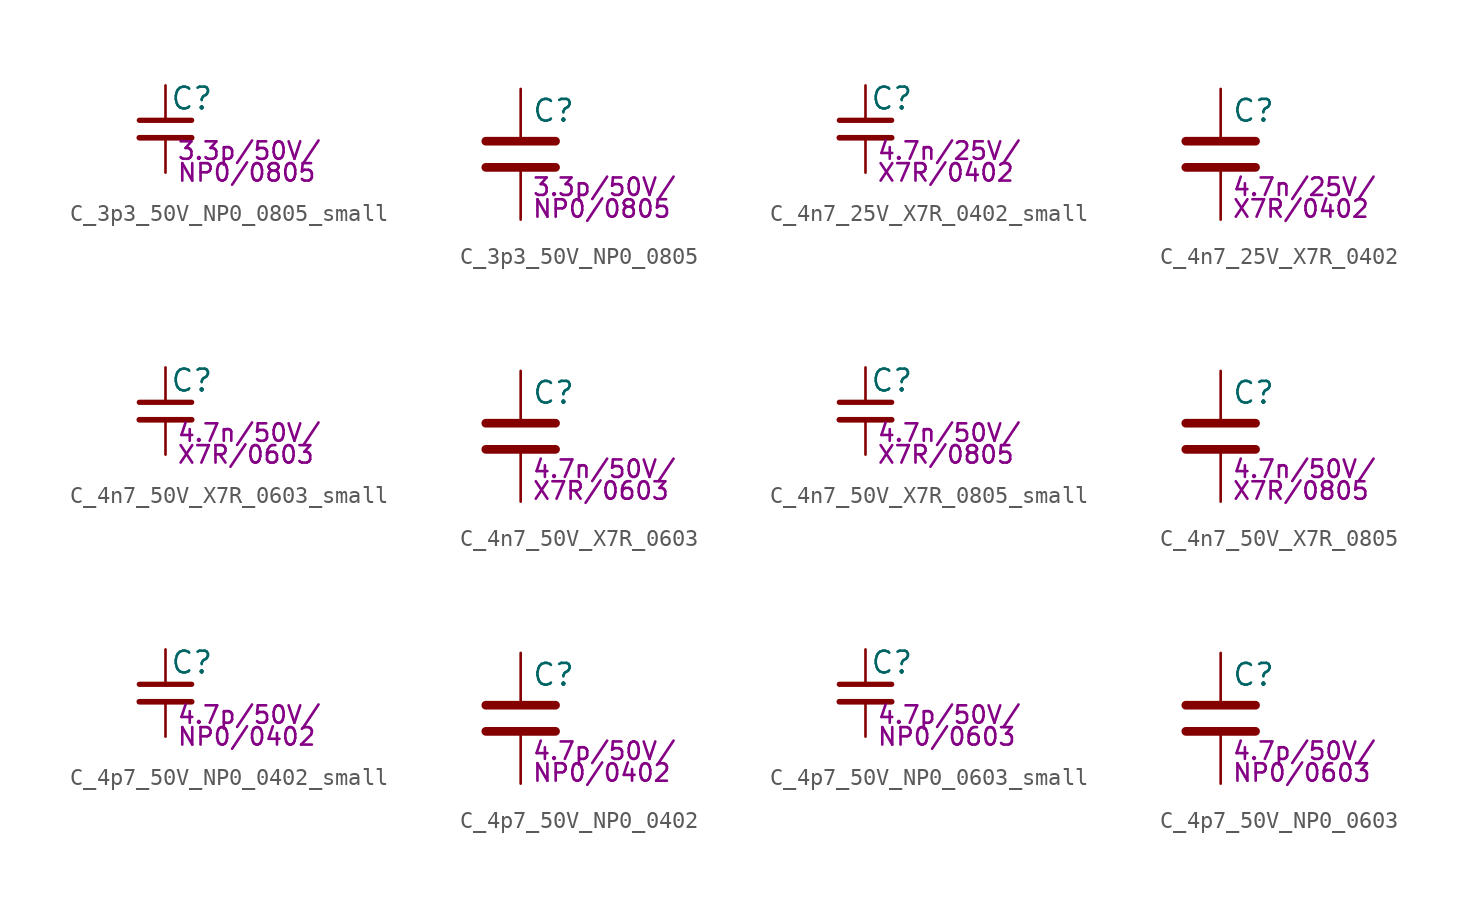
<source format=kicad_sym>
(kicad_symbol_lib
  (version 20211014)
  (generator kicad_symbol_editor)
  (symbol "C_3p3_50V_NP0_0805_small"
    (pin_numbers hide)
    (pin_names
      (offset 0.254) hide)
    (property "Reference" "C"
      (at 0.254 1.778 0)
      (effects (font (size 1.27 1.27)) (justify left)))
    (property "Params" "3.3p/50V/"
      (at 0.635 -1.27 0)
      (effects (font (size 1.016 1.016)) (justify left)))
    (property "Params2" "NP0/0805"
      (at 0.635 -2.54 0)
      (effects (font (size 1.016 1.016)) (justify left)))
    (symbol "C_3p3_50V_NP0_0805_small_0_1"
      (polyline (pts (xy -1.524 -0.508) (xy 1.524 -0.508)) (stroke (width 0.33) (type default) (color 0 0 0 0)) (fill (type none)))
      (polyline (pts (xy -1.524 0.508) (xy 1.524 0.508)) (stroke (width 0.305) (type default) (color 0 0 0 0)) (fill (type none))))
    (symbol "C_3p3_50V_NP0_0805_small_1_1"
      (pin passive line (at 0 2.54 270) (length 2.032) (name "~" (effects (font (size 1.27 1.27)))) (number "1" (effects (font (size 1.27 1.27)))))
      (pin passive line (at 0 -2.54 90) (length 2.032) (name "~" (effects (font (size 1.27 1.27)))) (number "2" (effects (font (size 1.27 1.27)))))))
  (symbol "C_3p3_50V_NP0_0805"
    (pin_numbers hide)
    (pin_names
      (offset 0.254))
    (property "Reference" "C"
      (at 0.635 2.54 0)
      (effects (font (size 1.27 1.27)) (justify left)))
    (property "Params" "3.3p/50V/"
      (at 0.635 -1.905 0)
      (effects (font (size 1.016 1.016)) (justify left)))
    (property "Params2" "NP0/0805"
      (at 0.635 -3.175 0)
      (effects (font (size 1.016 1.016)) (justify left)))
    (symbol "C_3p3_50V_NP0_0805_0_1"
      (polyline (pts (xy -2.032 -0.762) (xy 2.032 -0.762)) (stroke (width 0.508) (type default) (color 0 0 0 0)) (fill (type none)))
      (polyline (pts (xy -2.032 0.762) (xy 2.032 0.762)) (stroke (width 0.508) (type default) (color 0 0 0 0)) (fill (type none))))
    (symbol "C_3p3_50V_NP0_0805_1_1"
      (pin passive line (at 0 3.81 270) (length 2.794) (name "~" (effects (font (size 1.27 1.27)))) (number "1" (effects (font (size 1.27 1.27)))))
      (pin passive line (at 0 -3.81 90) (length 2.794) (name "~" (effects (font (size 1.27 1.27)))) (number "2" (effects (font (size 1.27 1.27)))))))
  (symbol "C_4n7_25V_X7R_0402_small"
    (pin_numbers hide)
    (pin_names
      (offset 0.254) hide)
    (property "Reference" "C"
      (at 0.254 1.778 0)
      (effects (font (size 1.27 1.27)) (justify left)))
    (property "Params" "4.7n/25V/"
      (at 0.635 -1.27 0)
      (effects (font (size 1.016 1.016)) (justify left)))
    (property "Params2" "X7R/0402"
      (at 0.635 -2.54 0)
      (effects (font (size 1.016 1.016)) (justify left)))
    (symbol "C_4n7_25V_X7R_0402_small_0_1"
      (polyline (pts (xy -1.524 -0.508) (xy 1.524 -0.508)) (stroke (width 0.33) (type default) (color 0 0 0 0)) (fill (type none)))
      (polyline (pts (xy -1.524 0.508) (xy 1.524 0.508)) (stroke (width 0.305) (type default) (color 0 0 0 0)) (fill (type none))))
    (symbol "C_4n7_25V_X7R_0402_small_1_1"
      (pin passive line (at 0 2.54 270) (length 2.032) (name "~" (effects (font (size 1.27 1.27)))) (number "1" (effects (font (size 1.27 1.27)))))
      (pin passive line (at 0 -2.54 90) (length 2.032) (name "~" (effects (font (size 1.27 1.27)))) (number "2" (effects (font (size 1.27 1.27)))))))
  (symbol "C_4n7_25V_X7R_0402"
    (pin_numbers hide)
    (pin_names
      (offset 0.254))
    (property "Reference" "C"
      (at 0.635 2.54 0)
      (effects (font (size 1.27 1.27)) (justify left)))
    (property "Params" "4.7n/25V/"
      (at 0.635 -1.905 0)
      (effects (font (size 1.016 1.016)) (justify left)))
    (property "Params2" "X7R/0402"
      (at 0.635 -3.175 0)
      (effects (font (size 1.016 1.016)) (justify left)))
    (symbol "C_4n7_25V_X7R_0402_0_1"
      (polyline (pts (xy -2.032 -0.762) (xy 2.032 -0.762)) (stroke (width 0.508) (type default) (color 0 0 0 0)) (fill (type none)))
      (polyline (pts (xy -2.032 0.762) (xy 2.032 0.762)) (stroke (width 0.508) (type default) (color 0 0 0 0)) (fill (type none))))
    (symbol "C_4n7_25V_X7R_0402_1_1"
      (pin passive line (at 0 3.81 270) (length 2.794) (name "~" (effects (font (size 1.27 1.27)))) (number "1" (effects (font (size 1.27 1.27)))))
      (pin passive line (at 0 -3.81 90) (length 2.794) (name "~" (effects (font (size 1.27 1.27)))) (number "2" (effects (font (size 1.27 1.27)))))))
  (symbol "C_4n7_50V_X7R_0603_small"
    (pin_numbers hide)
    (pin_names
      (offset 0.254) hide)
    (property "Reference" "C"
      (at 0.254 1.778 0)
      (effects (font (size 1.27 1.27)) (justify left)))
    (property "Params" "4.7n/50V/"
      (at 0.635 -1.27 0)
      (effects (font (size 1.016 1.016)) (justify left)))
    (property "Params2" "X7R/0603"
      (at 0.635 -2.54 0)
      (effects (font (size 1.016 1.016)) (justify left)))
    (symbol "C_4n7_50V_X7R_0603_small_0_1"
      (polyline (pts (xy -1.524 -0.508) (xy 1.524 -0.508)) (stroke (width 0.33) (type default) (color 0 0 0 0)) (fill (type none)))
      (polyline (pts (xy -1.524 0.508) (xy 1.524 0.508)) (stroke (width 0.305) (type default) (color 0 0 0 0)) (fill (type none))))
    (symbol "C_4n7_50V_X7R_0603_small_1_1"
      (pin passive line (at 0 2.54 270) (length 2.032) (name "~" (effects (font (size 1.27 1.27)))) (number "1" (effects (font (size 1.27 1.27)))))
      (pin passive line (at 0 -2.54 90) (length 2.032) (name "~" (effects (font (size 1.27 1.27)))) (number "2" (effects (font (size 1.27 1.27)))))))
  (symbol "C_4n7_50V_X7R_0603"
    (pin_numbers hide)
    (pin_names
      (offset 0.254))
    (property "Reference" "C"
      (at 0.635 2.54 0)
      (effects (font (size 1.27 1.27)) (justify left)))
    (property "Params" "4.7n/50V/"
      (at 0.635 -1.905 0)
      (effects (font (size 1.016 1.016)) (justify left)))
    (property "Params2" "X7R/0603"
      (at 0.635 -3.175 0)
      (effects (font (size 1.016 1.016)) (justify left)))
    (symbol "C_4n7_50V_X7R_0603_0_1"
      (polyline (pts (xy -2.032 -0.762) (xy 2.032 -0.762)) (stroke (width 0.508) (type default) (color 0 0 0 0)) (fill (type none)))
      (polyline (pts (xy -2.032 0.762) (xy 2.032 0.762)) (stroke (width 0.508) (type default) (color 0 0 0 0)) (fill (type none))))
    (symbol "C_4n7_50V_X7R_0603_1_1"
      (pin passive line (at 0 3.81 270) (length 2.794) (name "~" (effects (font (size 1.27 1.27)))) (number "1" (effects (font (size 1.27 1.27)))))
      (pin passive line (at 0 -3.81 90) (length 2.794) (name "~" (effects (font (size 1.27 1.27)))) (number "2" (effects (font (size 1.27 1.27)))))))
  (symbol "C_4n7_50V_X7R_0805_small"
    (pin_numbers hide)
    (pin_names
      (offset 0.254) hide)
    (property "Reference" "C"
      (at 0.254 1.778 0)
      (effects (font (size 1.27 1.27)) (justify left)))
    (property "Params" "4.7n/50V/"
      (at 0.635 -1.27 0)
      (effects (font (size 1.016 1.016)) (justify left)))
    (property "Params2" "X7R/0805"
      (at 0.635 -2.54 0)
      (effects (font (size 1.016 1.016)) (justify left)))
    (symbol "C_4n7_50V_X7R_0805_small_0_1"
      (polyline (pts (xy -1.524 -0.508) (xy 1.524 -0.508)) (stroke (width 0.33) (type default) (color 0 0 0 0)) (fill (type none)))
      (polyline (pts (xy -1.524 0.508) (xy 1.524 0.508)) (stroke (width 0.305) (type default) (color 0 0 0 0)) (fill (type none))))
    (symbol "C_4n7_50V_X7R_0805_small_1_1"
      (pin passive line (at 0 2.54 270) (length 2.032) (name "~" (effects (font (size 1.27 1.27)))) (number "1" (effects (font (size 1.27 1.27)))))
      (pin passive line (at 0 -2.54 90) (length 2.032) (name "~" (effects (font (size 1.27 1.27)))) (number "2" (effects (font (size 1.27 1.27)))))))
  (symbol "C_4n7_50V_X7R_0805"
    (pin_numbers hide)
    (pin_names
      (offset 0.254))
    (property "Reference" "C"
      (at 0.635 2.54 0)
      (effects (font (size 1.27 1.27)) (justify left)))
    (property "Params" "4.7n/50V/"
      (at 0.635 -1.905 0)
      (effects (font (size 1.016 1.016)) (justify left)))
    (property "Params2" "X7R/0805"
      (at 0.635 -3.175 0)
      (effects (font (size 1.016 1.016)) (justify left)))
    (symbol "C_4n7_50V_X7R_0805_0_1"
      (polyline (pts (xy -2.032 -0.762) (xy 2.032 -0.762)) (stroke (width 0.508) (type default) (color 0 0 0 0)) (fill (type none)))
      (polyline (pts (xy -2.032 0.762) (xy 2.032 0.762)) (stroke (width 0.508) (type default) (color 0 0 0 0)) (fill (type none))))
    (symbol "C_4n7_50V_X7R_0805_1_1"
      (pin passive line (at 0 3.81 270) (length 2.794) (name "~" (effects (font (size 1.27 1.27)))) (number "1" (effects (font (size 1.27 1.27)))))
      (pin passive line (at 0 -3.81 90) (length 2.794) (name "~" (effects (font (size 1.27 1.27)))) (number "2" (effects (font (size 1.27 1.27)))))))
  (symbol "C_4p7_50V_NP0_0402_small"
    (pin_numbers hide)
    (pin_names
      (offset 0.254) hide)
    (property "Reference" "C"
      (at 0.254 1.778 0)
      (effects (font (size 1.27 1.27)) (justify left)))
    (property "Params" "4.7p/50V/"
      (at 0.635 -1.27 0)
      (effects (font (size 1.016 1.016)) (justify left)))
    (property "Params2" "NP0/0402"
      (at 0.635 -2.54 0)
      (effects (font (size 1.016 1.016)) (justify left)))
    (symbol "C_4p7_50V_NP0_0402_small_0_1"
      (polyline (pts (xy -1.524 -0.508) (xy 1.524 -0.508)) (stroke (width 0.33) (type default) (color 0 0 0 0)) (fill (type none)))
      (polyline (pts (xy -1.524 0.508) (xy 1.524 0.508)) (stroke (width 0.305) (type default) (color 0 0 0 0)) (fill (type none))))
    (symbol "C_4p7_50V_NP0_0402_small_1_1"
      (pin passive line (at 0 2.54 270) (length 2.032) (name "~" (effects (font (size 1.27 1.27)))) (number "1" (effects (font (size 1.27 1.27)))))
      (pin passive line (at 0 -2.54 90) (length 2.032) (name "~" (effects (font (size 1.27 1.27)))) (number "2" (effects (font (size 1.27 1.27)))))))
  (symbol "C_4p7_50V_NP0_0402"
    (pin_numbers hide)
    (pin_names
      (offset 0.254))
    (property "Reference" "C"
      (at 0.635 2.54 0)
      (effects (font (size 1.27 1.27)) (justify left)))
    (property "Params" "4.7p/50V/"
      (at 0.635 -1.905 0)
      (effects (font (size 1.016 1.016)) (justify left)))
    (property "Params2" "NP0/0402"
      (at 0.635 -3.175 0)
      (effects (font (size 1.016 1.016)) (justify left)))
    (symbol "C_4p7_50V_NP0_0402_0_1"
      (polyline (pts (xy -2.032 -0.762) (xy 2.032 -0.762)) (stroke (width 0.508) (type default) (color 0 0 0 0)) (fill (type none)))
      (polyline (pts (xy -2.032 0.762) (xy 2.032 0.762)) (stroke (width 0.508) (type default) (color 0 0 0 0)) (fill (type none))))
    (symbol "C_4p7_50V_NP0_0402_1_1"
      (pin passive line (at 0 3.81 270) (length 2.794) (name "~" (effects (font (size 1.27 1.27)))) (number "1" (effects (font (size 1.27 1.27)))))
      (pin passive line (at 0 -3.81 90) (length 2.794) (name "~" (effects (font (size 1.27 1.27)))) (number "2" (effects (font (size 1.27 1.27)))))))
  (symbol "C_4p7_50V_NP0_0603_small"
    (pin_numbers hide)
    (pin_names
      (offset 0.254) hide)
    (property "Reference" "C"
      (at 0.254 1.778 0)
      (effects (font (size 1.27 1.27)) (justify left)))
    (property "Params" "4.7p/50V/"
      (at 0.635 -1.27 0)
      (effects (font (size 1.016 1.016)) (justify left)))
    (property "Params2" "NP0/0603"
      (at 0.635 -2.54 0)
      (effects (font (size 1.016 1.016)) (justify left)))
    (symbol "C_4p7_50V_NP0_0603_small_0_1"
      (polyline (pts (xy -1.524 -0.508) (xy 1.524 -0.508)) (stroke (width 0.33) (type default) (color 0 0 0 0)) (fill (type none)))
      (polyline (pts (xy -1.524 0.508) (xy 1.524 0.508)) (stroke (width 0.305) (type default) (color 0 0 0 0)) (fill (type none))))
    (symbol "C_4p7_50V_NP0_0603_small_1_1"
      (pin passive line (at 0 2.54 270) (length 2.032) (name "~" (effects (font (size 1.27 1.27)))) (number "1" (effects (font (size 1.27 1.27)))))
      (pin passive line (at 0 -2.54 90) (length 2.032) (name "~" (effects (font (size 1.27 1.27)))) (number "2" (effects (font (size 1.27 1.27)))))))
  (symbol "C_4p7_50V_NP0_0603"
    (pin_numbers hide)
    (pin_names
      (offset 0.254))
    (property "Reference" "C"
      (at 0.635 2.54 0)
      (effects (font (size 1.27 1.27)) (justify left)))
    (property "Params" "4.7p/50V/"
      (at 0.635 -1.905 0)
      (effects (font (size 1.016 1.016)) (justify left)))
    (property "Params2" "NP0/0603"
      (at 0.635 -3.175 0)
      (effects (font (size 1.016 1.016)) (justify left)))
    (symbol "C_4p7_50V_NP0_0603_0_1"
      (polyline (pts (xy -2.032 -0.762) (xy 2.032 -0.762)) (stroke (width 0.508) (type default) (color 0 0 0 0)) (fill (type none)))
      (polyline (pts (xy -2.032 0.762) (xy 2.032 0.762)) (stroke (width 0.508) (type default) (color 0 0 0 0)) (fill (type none))))
    (symbol "C_4p7_50V_NP0_0603_1_1"
      (pin passive line (at 0 3.81 270) (length 2.794) (name "~" (effects (font (size 1.27 1.27)))) (number "1" (effects (font (size 1.27 1.27)))))
      (pin passive line (at 0 -3.81 90) (length 2.794) (name "~" (effects (font (size 1.27 1.27)))) (number "2" (effects (font (size 1.27 1.27))))))))
</source>
